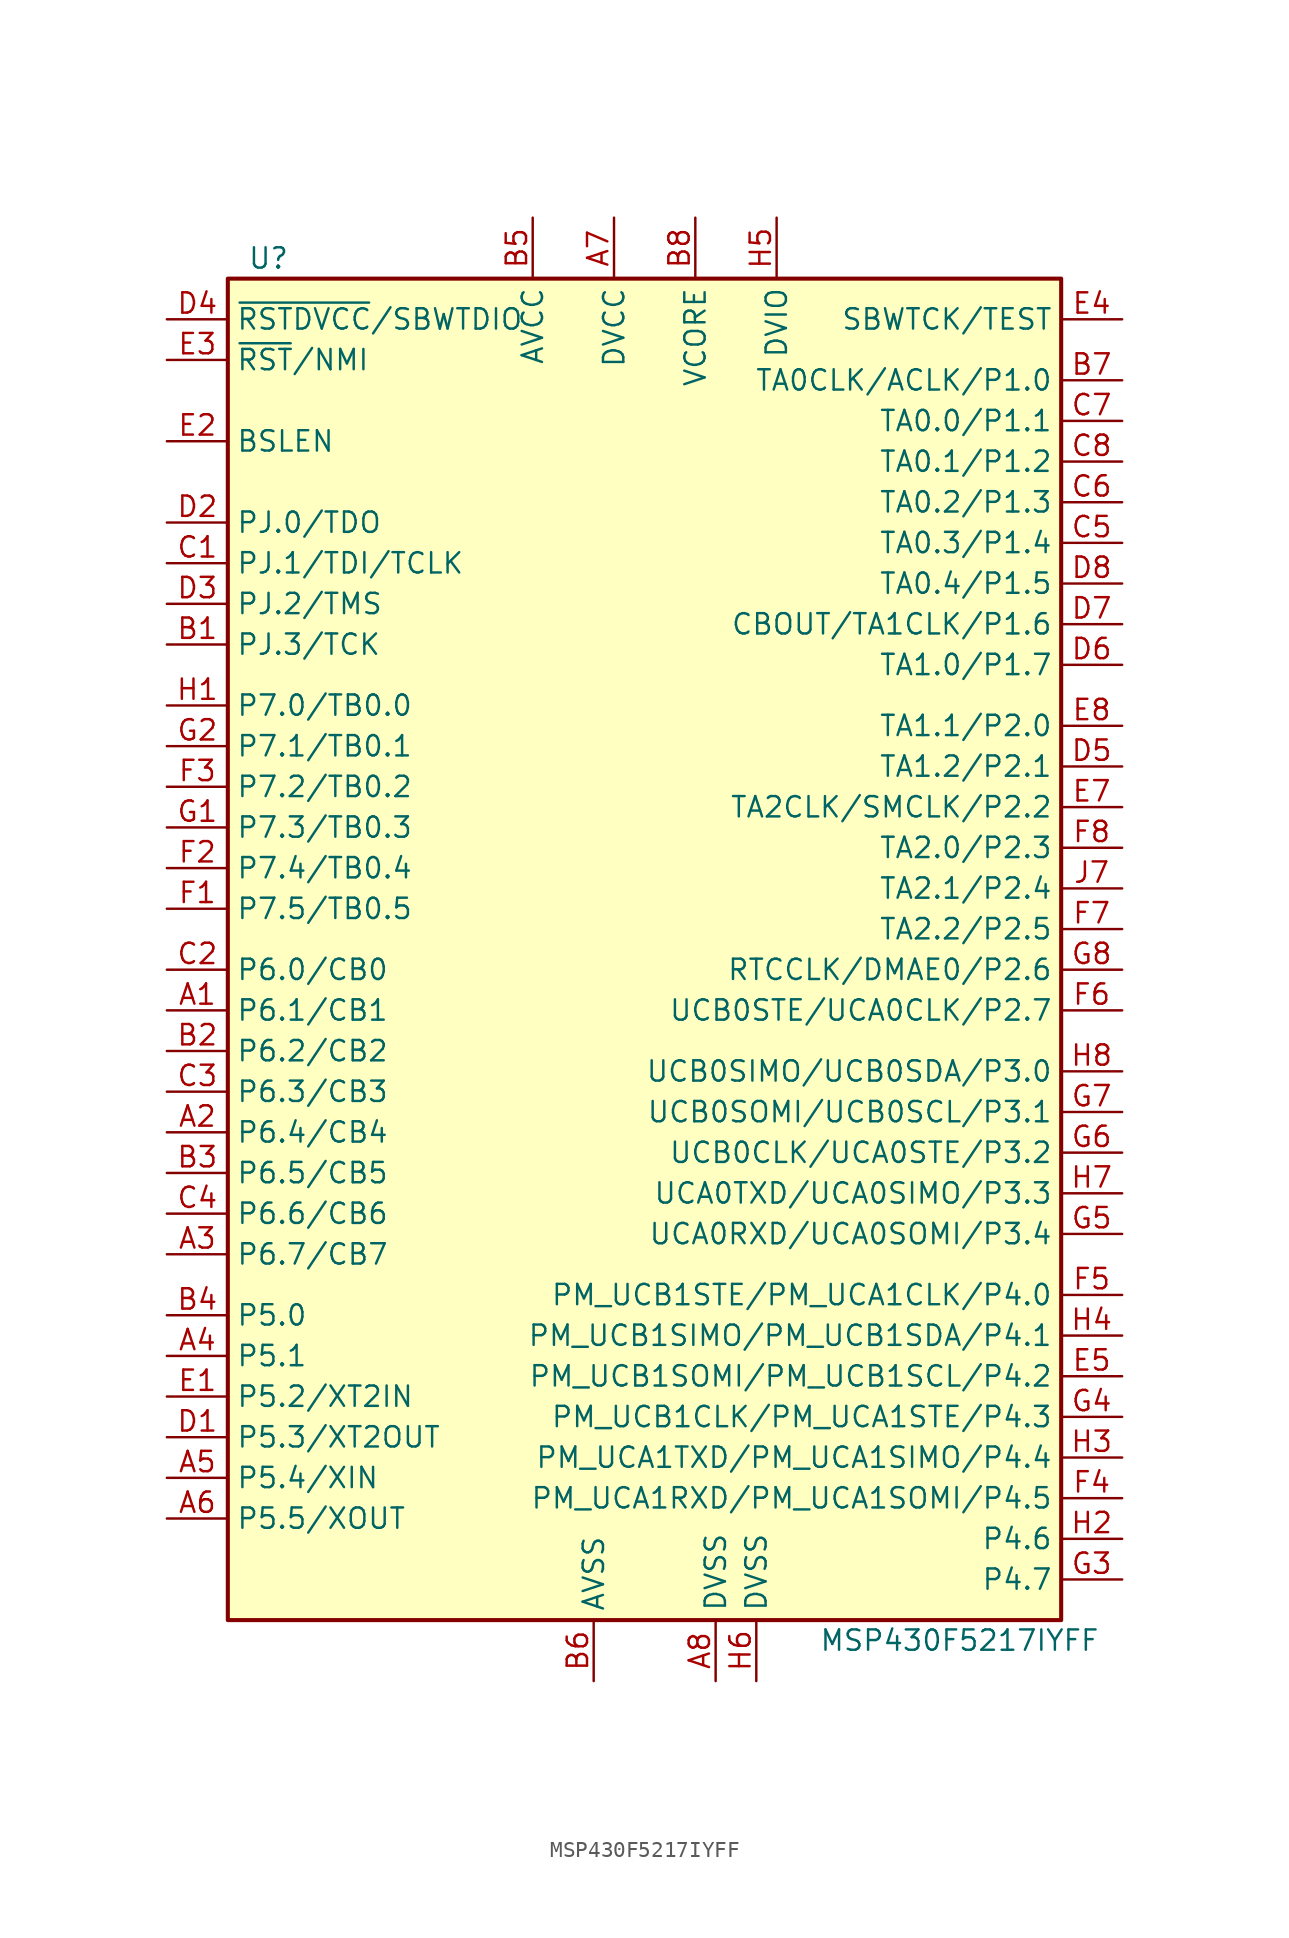
<source format=kicad_sym>
(kicad_symbol_lib
  (version 20211014)
  (generator kicad_symbol_editor)
  (symbol "MSP430F5217IYFF"
    (property "Reference" "U"
      (at -24.13 43.18 0)
      (effects (font (size 1.27 1.27))))
    (property "Value" "MSP430F5217IYFF"
      (at 19.05 -43.18 0)
      (effects (font (size 1.27 1.27))))
    (symbol "MSP430F5217IYFF_0_1"
      (rectangle (start -26.67 41.91) (end 25.4 -41.91) (stroke (width 0.254) (type default) (color 0 0 0 0)) (fill (type background))))
    (symbol "MSP430F5217IYFF_1_1"
      (pin bidirectional line (at -30.48 -3.81 0) (length 3.81) (name "P6.1/CB1" (effects (font (size 1.27 1.27)))) (number "A1" (effects (font (size 1.27 1.27)))))
      (pin bidirectional line (at -30.48 -11.43 0) (length 3.81) (name "P6.4/CB4" (effects (font (size 1.27 1.27)))) (number "A2" (effects (font (size 1.27 1.27)))))
      (pin bidirectional line (at -30.48 -19.05 0) (length 3.81) (name "P6.7/CB7" (effects (font (size 1.27 1.27)))) (number "A3" (effects (font (size 1.27 1.27)))))
      (pin bidirectional line (at -30.48 -25.4 0) (length 3.81) (name "P5.1" (effects (font (size 1.27 1.27)))) (number "A4" (effects (font (size 1.27 1.27)))))
      (pin bidirectional line (at -30.48 -33.02 0) (length 3.81) (name "P5.4/XIN" (effects (font (size 1.27 1.27)))) (number "A5" (effects (font (size 1.27 1.27)))))
      (pin bidirectional line (at -30.48 -35.56 0) (length 3.81) (name "P5.5/XOUT" (effects (font (size 1.27 1.27)))) (number "A6" (effects (font (size 1.27 1.27)))))
      (pin power_in line (at -2.54 45.72 270) (length 3.81) (name "DVCC" (effects (font (size 1.27 1.27)))) (number "A7" (effects (font (size 1.27 1.27)))))
      (pin power_in line (at 3.81 -45.72 90) (length 3.81) (name "DVSS" (effects (font (size 1.27 1.27)))) (number "A8" (effects (font (size 1.27 1.27)))))
      (pin bidirectional line (at -30.48 19.05 0) (length 3.81) (name "PJ.3/TCK" (effects (font (size 1.27 1.27)))) (number "B1" (effects (font (size 1.27 1.27)))))
      (pin bidirectional line (at -30.48 -6.35 0) (length 3.81) (name "P6.2/CB2" (effects (font (size 1.27 1.27)))) (number "B2" (effects (font (size 1.27 1.27)))))
      (pin bidirectional line (at -30.48 -13.97 0) (length 3.81) (name "P6.5/CB5" (effects (font (size 1.27 1.27)))) (number "B3" (effects (font (size 1.27 1.27)))))
      (pin bidirectional line (at -30.48 -22.86 0) (length 3.81) (name "P5.0" (effects (font (size 1.27 1.27)))) (number "B4" (effects (font (size 1.27 1.27)))))
      (pin power_in line (at -7.62 45.72 270) (length 3.81) (name "AVCC" (effects (font (size 1.27 1.27)))) (number "B5" (effects (font (size 1.27 1.27)))))
      (pin power_in line (at -3.81 -45.72 90) (length 3.81) (name "AVSS" (effects (font (size 1.27 1.27)))) (number "B6" (effects (font (size 1.27 1.27)))))
      (pin bidirectional line (at 29.21 35.56 180) (length 3.81) (name "TA0CLK/ACLK/P1.0" (effects (font (size 1.27 1.27)))) (number "B7" (effects (font (size 1.27 1.27)))))
      (pin power_in line (at 2.54 45.72 270) (length 3.81) (name "VCORE" (effects (font (size 1.27 1.27)))) (number "B8" (effects (font (size 1.27 1.27)))))
      (pin bidirectional line (at -30.48 24.13 0) (length 3.81) (name "PJ.1/TDI/TCLK" (effects (font (size 1.27 1.27)))) (number "C1" (effects (font (size 1.27 1.27)))))
      (pin bidirectional line (at -30.48 -1.27 0) (length 3.81) (name "P6.0/CB0" (effects (font (size 1.27 1.27)))) (number "C2" (effects (font (size 1.27 1.27)))))
      (pin bidirectional line (at -30.48 -8.89 0) (length 3.81) (name "P6.3/CB3" (effects (font (size 1.27 1.27)))) (number "C3" (effects (font (size 1.27 1.27)))))
      (pin bidirectional line (at -30.48 -16.51 0) (length 3.81) (name "P6.6/CB6" (effects (font (size 1.27 1.27)))) (number "C4" (effects (font (size 1.27 1.27)))))
      (pin bidirectional line (at 29.21 25.4 180) (length 3.81) (name "TA0.3/P1.4" (effects (font (size 1.27 1.27)))) (number "C5" (effects (font (size 1.27 1.27)))))
      (pin bidirectional line (at 29.21 27.94 180) (length 3.81) (name "TA0.2/P1.3" (effects (font (size 1.27 1.27)))) (number "C6" (effects (font (size 1.27 1.27)))))
      (pin bidirectional line (at 29.21 33.02 180) (length 3.81) (name "TA0.0/P1.1" (effects (font (size 1.27 1.27)))) (number "C7" (effects (font (size 1.27 1.27)))))
      (pin bidirectional line (at 29.21 30.48 180) (length 3.81) (name "TA0.1/P1.2" (effects (font (size 1.27 1.27)))) (number "C8" (effects (font (size 1.27 1.27)))))
      (pin bidirectional line (at -30.48 -30.48 0) (length 3.81) (name "P5.3/XT2OUT" (effects (font (size 1.27 1.27)))) (number "D1" (effects (font (size 1.27 1.27)))))
      (pin bidirectional line (at -30.48 26.67 0) (length 3.81) (name "PJ.0/TDO" (effects (font (size 1.27 1.27)))) (number "D2" (effects (font (size 1.27 1.27)))))
      (pin bidirectional line (at -30.48 21.59 0) (length 3.81) (name "PJ.2/TMS" (effects (font (size 1.27 1.27)))) (number "D3" (effects (font (size 1.27 1.27)))))
      (pin bidirectional line (at -30.48 39.37 0) (length 3.81) (name "~{RSTDVCC}/SBWTDIO" (effects (font (size 1.27 1.27)))) (number "D4" (effects (font (size 1.27 1.27)))))
      (pin bidirectional line (at 29.21 11.43 180) (length 3.81) (name "TA1.2/P2.1" (effects (font (size 1.27 1.27)))) (number "D5" (effects (font (size 1.27 1.27)))))
      (pin bidirectional line (at 29.21 17.78 180) (length 3.81) (name "TA1.0/P1.7" (effects (font (size 1.27 1.27)))) (number "D6" (effects (font (size 1.27 1.27)))))
      (pin bidirectional line (at 29.21 20.32 180) (length 3.81) (name "CBOUT/TA1CLK/P1.6" (effects (font (size 1.27 1.27)))) (number "D7" (effects (font (size 1.27 1.27)))))
      (pin bidirectional line (at 29.21 22.86 180) (length 3.81) (name "TA0.4/P1.5" (effects (font (size 1.27 1.27)))) (number "D8" (effects (font (size 1.27 1.27)))))
      (pin bidirectional line (at -30.48 -27.94 0) (length 3.81) (name "P5.2/XT2IN" (effects (font (size 1.27 1.27)))) (number "E1" (effects (font (size 1.27 1.27)))))
      (pin bidirectional line (at -30.48 31.75 0) (length 3.81) (name "BSLEN" (effects (font (size 1.27 1.27)))) (number "E2" (effects (font (size 1.27 1.27)))))
      (pin input line (at -30.48 36.83 0) (length 3.81) (name "~{RST}/NMI" (effects (font (size 1.27 1.27)))) (number "E3" (effects (font (size 1.27 1.27)))))
      (pin input line (at 29.21 39.37 180) (length 3.81) (name "SBWTCK/TEST" (effects (font (size 1.27 1.27)))) (number "E4" (effects (font (size 1.27 1.27)))))
      (pin bidirectional line (at 29.21 -26.67 180) (length 3.81) (name "PM_UCB1SOMI/PM_UCB1SCL/P4.2" (effects (font (size 1.27 1.27)))) (number "E5" (effects (font (size 1.27 1.27)))))
      (pin bidirectional line (at 29.21 8.89 180) (length 3.81) (name "TA2CLK/SMCLK/P2.2" (effects (font (size 1.27 1.27)))) (number "E7" (effects (font (size 1.27 1.27)))))
      (pin bidirectional line (at 29.21 13.97 180) (length 3.81) (name "TA1.1/P2.0" (effects (font (size 1.27 1.27)))) (number "E8" (effects (font (size 1.27 1.27)))))
      (pin bidirectional line (at -30.48 2.54 0) (length 3.81) (name "P7.5/TB0.5" (effects (font (size 1.27 1.27)))) (number "F1" (effects (font (size 1.27 1.27)))))
      (pin bidirectional line (at -30.48 5.08 0) (length 3.81) (name "P7.4/TB0.4" (effects (font (size 1.27 1.27)))) (number "F2" (effects (font (size 1.27 1.27)))))
      (pin bidirectional line (at -30.48 10.16 0) (length 3.81) (name "P7.2/TB0.2" (effects (font (size 1.27 1.27)))) (number "F3" (effects (font (size 1.27 1.27)))))
      (pin bidirectional line (at 29.21 -34.29 180) (length 3.81) (name "PM_UCA1RXD/PM_UCA1SOMI/P4.5" (effects (font (size 1.27 1.27)))) (number "F4" (effects (font (size 1.27 1.27)))))
      (pin bidirectional line (at 29.21 -21.59 180) (length 3.81) (name "PM_UCB1STE/PM_UCA1CLK/P4.0" (effects (font (size 1.27 1.27)))) (number "F5" (effects (font (size 1.27 1.27)))))
      (pin bidirectional line (at 29.21 -3.81 180) (length 3.81) (name "UCB0STE/UCA0CLK/P2.7" (effects (font (size 1.27 1.27)))) (number "F6" (effects (font (size 1.27 1.27)))))
      (pin bidirectional line (at 29.21 1.27 180) (length 3.81) (name "TA2.2/P2.5" (effects (font (size 1.27 1.27)))) (number "F7" (effects (font (size 1.27 1.27)))))
      (pin bidirectional line (at 29.21 6.35 180) (length 3.81) (name "TA2.0/P2.3" (effects (font (size 1.27 1.27)))) (number "F8" (effects (font (size 1.27 1.27)))))
      (pin bidirectional line (at -30.48 7.62 0) (length 3.81) (name "P7.3/TB0.3" (effects (font (size 1.27 1.27)))) (number "G1" (effects (font (size 1.27 1.27)))))
      (pin bidirectional line (at -30.48 12.7 0) (length 3.81) (name "P7.1/TB0.1" (effects (font (size 1.27 1.27)))) (number "G2" (effects (font (size 1.27 1.27)))))
      (pin bidirectional line (at 29.21 -39.37 180) (length 3.81) (name "P4.7" (effects (font (size 1.27 1.27)))) (number "G3" (effects (font (size 1.27 1.27)))))
      (pin bidirectional line (at 29.21 -29.21 180) (length 3.81) (name "PM_UCB1CLK/PM_UCA1STE/P4.3" (effects (font (size 1.27 1.27)))) (number "G4" (effects (font (size 1.27 1.27)))))
      (pin bidirectional line (at 29.21 -17.78 180) (length 3.81) (name "UCA0RXD/UCA0SOMI/P3.4" (effects (font (size 1.27 1.27)))) (number "G5" (effects (font (size 1.27 1.27)))))
      (pin bidirectional line (at 29.21 -12.7 180) (length 3.81) (name "UCB0CLK/UCA0STE/P3.2" (effects (font (size 1.27 1.27)))) (number "G6" (effects (font (size 1.27 1.27)))))
      (pin bidirectional line (at 29.21 -10.16 180) (length 3.81) (name "UCB0SOMI/UCB0SCL/P3.1" (effects (font (size 1.27 1.27)))) (number "G7" (effects (font (size 1.27 1.27)))))
      (pin bidirectional line (at 29.21 -1.27 180) (length 3.81) (name "RTCCLK/DMAE0/P2.6" (effects (font (size 1.27 1.27)))) (number "G8" (effects (font (size 1.27 1.27)))))
      (pin bidirectional line (at -30.48 15.24 0) (length 3.81) (name "P7.0/TB0.0" (effects (font (size 1.27 1.27)))) (number "H1" (effects (font (size 1.27 1.27)))))
      (pin bidirectional line (at 29.21 -36.83 180) (length 3.81) (name "P4.6" (effects (font (size 1.27 1.27)))) (number "H2" (effects (font (size 1.27 1.27)))))
      (pin bidirectional line (at 29.21 -31.75 180) (length 3.81) (name "PM_UCA1TXD/PM_UCA1SIMO/P4.4" (effects (font (size 1.27 1.27)))) (number "H3" (effects (font (size 1.27 1.27)))))
      (pin bidirectional line (at 29.21 -24.13 180) (length 3.81) (name "PM_UCB1SIMO/PM_UCB1SDA/P4.1" (effects (font (size 1.27 1.27)))) (number "H4" (effects (font (size 1.27 1.27)))))
      (pin power_in line (at 7.62 45.72 270) (length 3.81) (name "DVIO" (effects (font (size 1.27 1.27)))) (number "H5" (effects (font (size 1.27 1.27)))))
      (pin power_in line (at 6.35 -45.72 90) (length 3.81) (name "DVSS" (effects (font (size 1.27 1.27)))) (number "H6" (effects (font (size 1.27 1.27)))))
      (pin bidirectional line (at 29.21 -15.24 180) (length 3.81) (name "UCA0TXD/UCA0SIMO/P3.3" (effects (font (size 1.27 1.27)))) (number "H7" (effects (font (size 1.27 1.27)))))
      (pin bidirectional line (at 29.21 -7.62 180) (length 3.81) (name "UCB0SIMO/UCB0SDA/P3.0" (effects (font (size 1.27 1.27)))) (number "H8" (effects (font (size 1.27 1.27)))))
      (pin bidirectional line (at 29.21 3.81 180) (length 3.81) (name "TA2.1/P2.4" (effects (font (size 1.27 1.27)))) (number "J7" (effects (font (size 1.27 1.27))))))))
</source>
